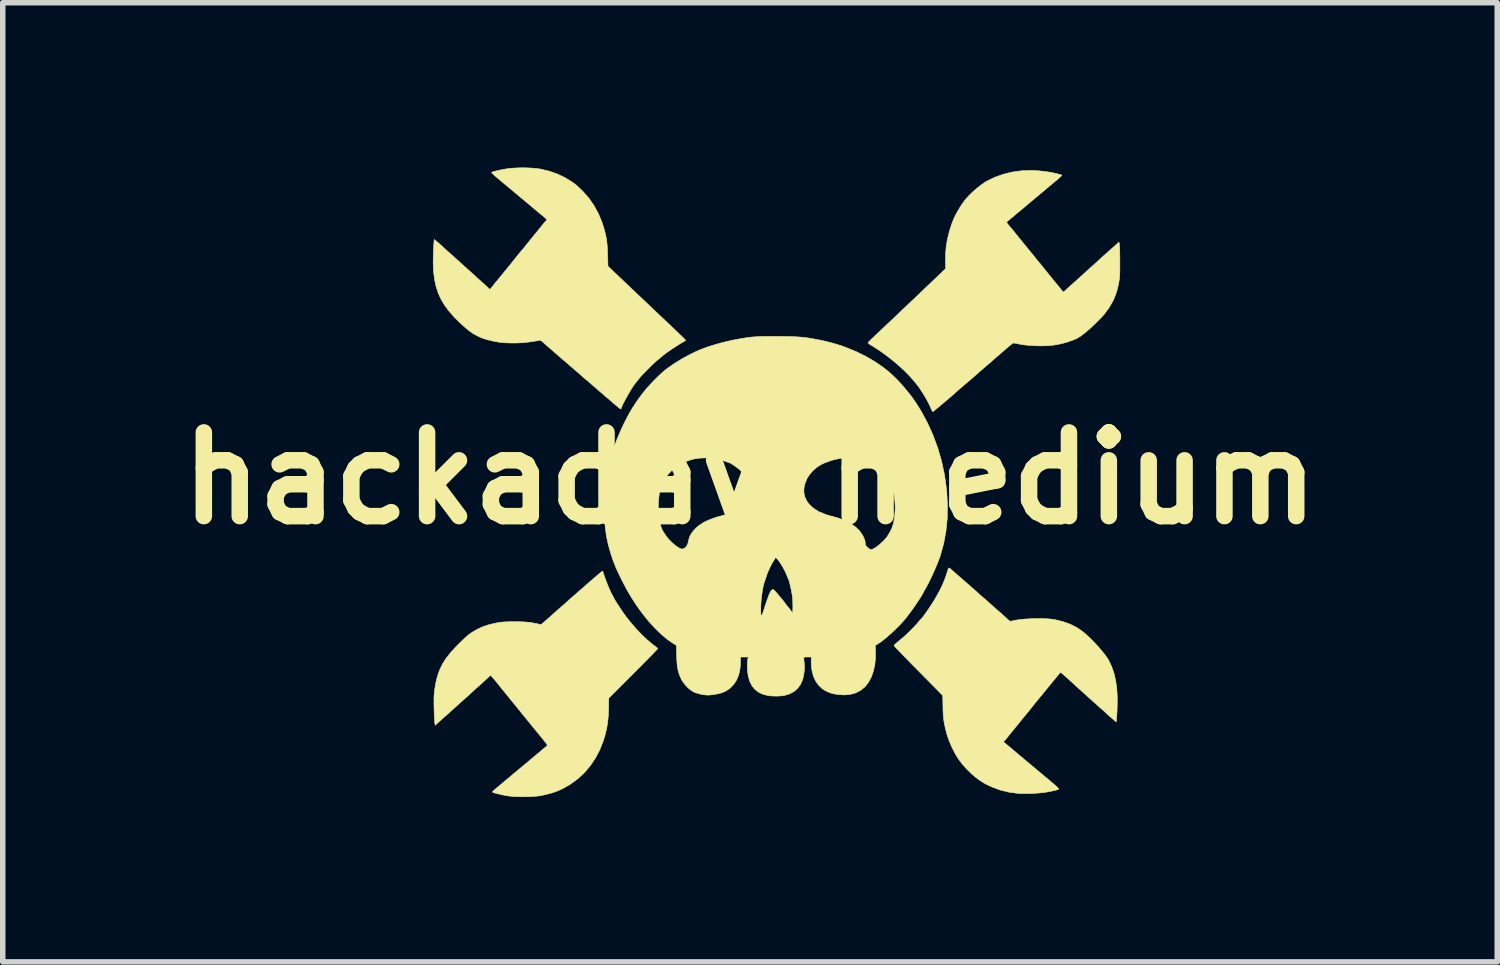
<source format=kicad_pcb>
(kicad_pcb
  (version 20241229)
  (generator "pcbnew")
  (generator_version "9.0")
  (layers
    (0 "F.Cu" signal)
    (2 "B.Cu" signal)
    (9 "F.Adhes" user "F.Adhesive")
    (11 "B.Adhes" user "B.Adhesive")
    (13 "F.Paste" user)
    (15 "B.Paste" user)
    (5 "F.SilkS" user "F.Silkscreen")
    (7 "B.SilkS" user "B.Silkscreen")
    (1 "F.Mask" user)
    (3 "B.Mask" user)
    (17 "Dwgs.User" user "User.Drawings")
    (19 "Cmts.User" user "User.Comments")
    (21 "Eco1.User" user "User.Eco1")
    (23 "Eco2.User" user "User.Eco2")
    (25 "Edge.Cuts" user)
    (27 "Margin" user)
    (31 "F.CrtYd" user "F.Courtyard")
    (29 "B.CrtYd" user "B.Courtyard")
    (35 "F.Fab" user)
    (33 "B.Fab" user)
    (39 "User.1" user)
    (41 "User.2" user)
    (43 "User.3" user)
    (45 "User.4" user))
  (footprint "hackaday_medium"
    (layer "F.Cu")
    (at 10.603 5.656)
    (property "Reference" "hackaday_medium" (at 0 0 0) (layer "F.SilkS") (effects (font (size 1.524 1.524) (thickness 0.3))))
    (attr through_hole)
    (fp_poly (pts (xy -2.683 1.691) (xy -2.679 1.702) (xy -2.671 1.726) (xy -2.659 1.76) (xy -2.653 1.778) (xy -2.633 1.835) (xy -2.609 1.899) (xy -2.583 1.963) (xy -2.557 2.024) (xy -2.533 2.077) (xy -2.512 2.117) (xy -2.509 2.123) (xy -2.494 2.149) (xy -2.484 2.168) (xy -2.481 2.174) (xy -2.476 2.187) (xy -2.462 2.212) (xy -2.44 2.248) (xy -2.412 2.292) (xy -2.381 2.339) (xy -2.348 2.389) (xy -2.316 2.437) (xy -2.285 2.48) (xy -2.259 2.517) (xy -2.256 2.52) (xy -2.163 2.637) (xy -2.065 2.749) (xy -1.966 2.853) (xy -1.867 2.946) (xy -1.772 3.025) (xy -1.74 3.049) (xy -1.711 3.071) (xy -1.69 3.089) (xy -1.681 3.1) (xy -1.681 3.101) (xy -1.687 3.11) (xy -1.707 3.131) (xy -1.738 3.163) (xy -1.779 3.206) (xy -1.829 3.257) (xy -1.888 3.317) (xy -1.953 3.383) (xy -2.025 3.455) (xy -2.1 3.531) (xy -2.126 3.557) (xy -2.572 4.003) (xy -2.574 4.178) (xy -2.579 4.312) (xy -2.59 4.432) (xy -2.608 4.546) (xy -2.634 4.657) (xy -2.669 4.773) (xy -2.672 4.782) (xy -2.735 4.944) (xy -2.815 5.095) (xy -2.908 5.233) (xy -3.015 5.359) (xy -3.136 5.471) (xy -3.268 5.568) (xy -3.413 5.651) (xy -3.512 5.695) (xy -3.571 5.716) (xy -3.643 5.738) (xy -3.721 5.758) (xy -3.8 5.775) (xy -3.815 5.778) (xy -3.863 5.785) (xy -3.926 5.79) (xy -3.999 5.794) (xy -4.076 5.797) (xy -4.154 5.798) (xy -4.226 5.797) (xy -4.289 5.795) (xy -4.298 5.794) (xy -4.348 5.789) (xy -4.398 5.783) (xy -4.44 5.777) (xy -4.45 5.775) (xy -4.535 5.757) (xy -4.601 5.741) (xy -4.649 5.729) (xy -4.678 5.719) (xy -4.689 5.712) (xy -4.689 5.711) (xy -4.682 5.7) (xy -4.663 5.681) (xy -4.636 5.658) (xy -4.629 5.652) (xy -4.596 5.624) (xy -4.564 5.598) (xy -4.54 5.578) (xy -4.539 5.577) (xy -4.524 5.564) (xy -4.497 5.541) (xy -4.46 5.51) (xy -4.414 5.472) (xy -4.363 5.429) (xy -4.309 5.383) (xy -4.253 5.337) (xy -4.199 5.292) (xy -4.149 5.25) (xy -4.105 5.214) (xy -4.075 5.189) (xy -4.049 5.167) (xy -4.029 5.15) (xy -4.021 5.144) (xy -4.01 5.134) (xy -3.987 5.115) (xy -3.954 5.087) (xy -3.914 5.053) (xy -3.868 5.015) (xy -3.864 5.012) (xy -3.817 4.973) (xy -3.775 4.937) (xy -3.739 4.907) (xy -3.713 4.886) (xy -3.7 4.874) (xy -3.699 4.873) (xy -3.694 4.867) (xy -3.692 4.86) (xy -3.695 4.849) (xy -3.705 4.832) (xy -3.723 4.807) (xy -3.751 4.773) (xy -3.789 4.726) (xy -3.8 4.712) (xy -3.838 4.666) (xy -3.873 4.623) (xy -3.902 4.587) (xy -3.924 4.561) (xy -3.935 4.548) (xy -3.935 4.548) (xy -3.947 4.533) (xy -3.968 4.507) (xy -3.997 4.472) (xy -4.03 4.431) (xy -4.049 4.407) (xy -4.089 4.359) (xy -4.129 4.309) (xy -4.166 4.264) (xy -4.196 4.226) (xy -4.204 4.217) (xy -4.255 4.154) (xy -4.316 4.079) (xy -4.384 3.996) (xy -4.455 3.908) (xy -4.528 3.819) (xy -4.587 3.745) (xy -4.619 3.705) (xy -4.651 3.668) (xy -4.677 3.637) (xy -4.694 3.617) (xy -4.723 3.586) (xy -4.763 3.623) (xy -4.782 3.64) (xy -4.813 3.669) (xy -4.852 3.705) (xy -4.898 3.746) (xy -4.946 3.789) (xy -4.953 3.795) (xy -4.999 3.836) (xy -5.039 3.873) (xy -5.072 3.903) (xy -5.096 3.925) (xy -5.108 3.936) (xy -5.109 3.937) (xy -5.118 3.945) (xy -5.138 3.964) (xy -5.168 3.99) (xy -5.204 4.022) (xy -5.217 4.034) (xy -5.264 4.076) (xy -5.315 4.122) (xy -5.364 4.166) (xy -5.402 4.201) (xy -5.447 4.241) (xy -5.498 4.287) (xy -5.548 4.331) (xy -5.573 4.353) (xy -5.611 4.387) (xy -5.647 4.42) (xy -5.678 4.447) (xy -5.695 4.463) (xy -5.729 4.496) (xy -5.737 4.463) (xy -5.74 4.444) (xy -5.742 4.409) (xy -5.745 4.361) (xy -5.748 4.302) (xy -5.75 4.237) (xy -5.751 4.2) (xy -5.753 4.116) (xy -5.753 4.048) (xy -5.753 3.992) (xy -5.75 3.942) (xy -5.746 3.896) (xy -5.741 3.85) (xy -5.741 3.848) (xy -5.718 3.715) (xy -5.688 3.595) (xy -5.648 3.485) (xy -5.597 3.38) (xy -5.533 3.279) (xy -5.454 3.178) (xy -5.36 3.074) (xy -5.32 3.033) (xy -5.263 2.977) (xy -5.217 2.933) (xy -5.18 2.898) (xy -5.149 2.871) (xy -5.122 2.848) (xy -5.096 2.829) (xy -5.068 2.81) (xy -5.053 2.8) (xy -4.96 2.746) (xy -4.864 2.702) (xy -4.759 2.667) (xy -4.642 2.639) (xy -4.549 2.622) (xy -4.496 2.617) (xy -4.429 2.613) (xy -4.353 2.611) (xy -4.271 2.61) (xy -4.19 2.612) (xy -4.113 2.615) (xy -4.046 2.62) (xy -3.992 2.626) (xy -3.986 2.627) (xy -3.923 2.639) (xy -3.876 2.648) (xy -3.845 2.655) (xy -3.825 2.66) (xy -3.82 2.662) (xy -3.803 2.659) (xy -3.782 2.647) (xy -3.781 2.645) (xy -3.762 2.629) (xy -3.734 2.604) (xy -3.701 2.575) (xy -3.683 2.56) (xy -3.644 2.526) (xy -3.605 2.491) (xy -3.571 2.46) (xy -3.561 2.451) (xy -3.531 2.424) (xy -3.493 2.39) (xy -3.453 2.355) (xy -3.434 2.339) (xy -3.401 2.311) (xy -3.374 2.287) (xy -3.356 2.271) (xy -3.351 2.266) (xy -3.342 2.257) (xy -3.321 2.239) (xy -3.292 2.213) (xy -3.257 2.182) (xy -3.253 2.179) (xy -3.21 2.141) (xy -3.164 2.101) (xy -3.123 2.065) (xy -3.097 2.042) (xy -3.067 2.016) (xy -3.027 1.981) (xy -2.981 1.94) (xy -2.932 1.898) (xy -2.906 1.875) (xy -2.837 1.815) (xy -2.782 1.768) (xy -2.74 1.732) (xy -2.71 1.708) (xy -2.692 1.694) (xy -2.684 1.691) (xy -2.683 1.691)) (stroke (width 0.01) (type solid)) (fill yes) (layer "F.SilkS"))
    (fp_poly (pts (xy 3.63 1.636) (xy 3.651 1.652) (xy 3.659 1.658) (xy 3.677 1.675) (xy 3.706 1.7) (xy 3.743 1.732) (xy 3.784 1.768) (xy 3.795 1.778) (xy 3.834 1.811) (xy 3.867 1.84) (xy 3.892 1.861) (xy 3.906 1.874) (xy 3.908 1.875) (xy 3.916 1.883) (xy 3.937 1.902) (xy 3.968 1.928) (xy 4.005 1.961) (xy 4.03 1.983) (xy 4.07 2.018) (xy 4.106 2.05) (xy 4.134 2.075) (xy 4.152 2.091) (xy 4.157 2.095) (xy 4.168 2.106) (xy 4.19 2.126) (xy 4.221 2.152) (xy 4.245 2.173) (xy 4.283 2.206) (xy 4.322 2.24) (xy 4.354 2.269) (xy 4.367 2.28) (xy 4.394 2.305) (xy 4.43 2.337) (xy 4.469 2.372) (xy 4.489 2.389) (xy 4.526 2.421) (xy 4.563 2.453) (xy 4.593 2.48) (xy 4.605 2.491) (xy 4.629 2.513) (xy 4.648 2.53) (xy 4.655 2.535) (xy 4.668 2.547) (xy 4.69 2.567) (xy 4.7 2.577) (xy 4.722 2.596) (xy 4.739 2.603) (xy 4.758 2.601) (xy 4.768 2.598) (xy 4.829 2.584) (xy 4.905 2.573) (xy 4.993 2.564) (xy 5.089 2.558) (xy 5.187 2.554) (xy 5.285 2.553) (xy 5.378 2.556) (xy 5.462 2.562) (xy 5.533 2.571) (xy 5.541 2.572) (xy 5.692 2.608) (xy 5.829 2.657) (xy 5.953 2.72) (xy 6.064 2.797) (xy 6.086 2.816) (xy 6.15 2.873) (xy 6.217 2.938) (xy 6.284 3.007) (xy 6.349 3.078) (xy 6.409 3.148) (xy 6.461 3.214) (xy 6.503 3.273) (xy 6.529 3.315) (xy 6.583 3.428) (xy 6.626 3.552) (xy 6.657 3.688) (xy 6.677 3.837) (xy 6.686 4) (xy 6.683 4.178) (xy 6.681 4.235) (xy 6.677 4.294) (xy 6.674 4.347) (xy 6.671 4.39) (xy 6.668 4.42) (xy 6.667 4.434) (xy 6.666 4.434) (xy 6.659 4.429) (xy 6.64 4.414) (xy 6.613 4.391) (xy 6.582 4.364) (xy 6.55 4.336) (xy 6.519 4.309) (xy 6.494 4.286) (xy 6.478 4.27) (xy 6.477 4.269) (xy 6.468 4.261) (xy 6.448 4.242) (xy 6.417 4.215) (xy 6.379 4.182) (xy 6.34 4.147) (xy 6.298 4.109) (xy 6.26 4.076) (xy 6.23 4.049) (xy 6.211 4.031) (xy 6.203 4.025) (xy 6.195 4.017) (xy 6.174 3.998) (xy 6.143 3.97) (xy 6.105 3.935) (xy 6.06 3.895) (xy 6.047 3.883) (xy 5.998 3.839) (xy 5.95 3.796) (xy 5.907 3.757) (xy 5.873 3.725) (xy 5.849 3.704) (xy 5.847 3.702) (xy 5.786 3.646) (xy 5.735 3.601) (xy 5.696 3.567) (xy 5.668 3.544) (xy 5.652 3.534) (xy 5.65 3.534) (xy 5.643 3.541) (xy 5.625 3.562) (xy 5.599 3.593) (xy 5.566 3.633) (xy 5.529 3.678) (xy 5.523 3.685) (xy 5.485 3.732) (xy 5.449 3.776) (xy 5.419 3.812) (xy 5.397 3.839) (xy 5.385 3.854) (xy 5.385 3.854) (xy 5.37 3.873) (xy 5.348 3.899) (xy 5.329 3.923) (xy 5.309 3.949) (xy 5.292 3.968) (xy 5.285 3.976) (xy 5.277 3.985) (xy 5.26 4.007) (xy 5.235 4.037) (xy 5.206 4.072) (xy 5.176 4.11) (xy 5.146 4.147) (xy 5.12 4.18) (xy 5.1 4.205) (xy 5.097 4.209) (xy 5.074 4.238) (xy 5.053 4.264) (xy 5.048 4.269) (xy 5.034 4.286) (xy 5.01 4.315) (xy 4.981 4.35) (xy 4.952 4.386) (xy 4.916 4.43) (xy 4.879 4.477) (xy 4.845 4.518) (xy 4.825 4.543) (xy 4.794 4.581) (xy 4.757 4.626) (xy 4.722 4.67) (xy 4.714 4.679) (xy 4.686 4.714) (xy 4.66 4.745) (xy 4.64 4.769) (xy 4.634 4.776) (xy 4.613 4.799) (xy 4.732 4.898) (xy 4.773 4.932) (xy 4.81 4.963) (xy 4.838 4.987) (xy 4.857 5.003) (xy 4.861 5.007) (xy 4.874 5.018) (xy 4.897 5.037) (xy 4.919 5.056) (xy 4.946 5.077) (xy 4.982 5.108) (xy 5.024 5.143) (xy 5.065 5.178) (xy 5.107 5.213) (xy 5.149 5.248) (xy 5.185 5.278) (xy 5.211 5.3) (xy 5.238 5.322) (xy 5.26 5.34) (xy 5.27 5.349) (xy 5.28 5.358) (xy 5.303 5.377) (xy 5.337 5.405) (xy 5.378 5.44) (xy 5.426 5.48) (xy 5.455 5.504) (xy 5.519 5.558) (xy 5.567 5.6) (xy 5.6 5.632) (xy 5.617 5.651) (xy 5.619 5.659) (xy 5.602 5.667) (xy 5.566 5.678) (xy 5.511 5.691) (xy 5.437 5.705) (xy 5.388 5.714) (xy 5.319 5.724) (xy 5.236 5.731) (xy 5.145 5.737) (xy 5.053 5.739) (xy 4.964 5.739) (xy 4.884 5.736) (xy 4.87 5.735) (xy 4.707 5.713) (xy 4.55 5.674) (xy 4.397 5.616) (xy 4.327 5.583) (xy 4.292 5.566) (xy 4.265 5.551) (xy 4.239 5.535) (xy 4.206 5.514) (xy 4.188 5.503) (xy 4.105 5.442) (xy 4.02 5.368) (xy 3.937 5.286) (xy 3.86 5.198) (xy 3.794 5.11) (xy 3.744 5.031) (xy 3.678 4.903) (xy 3.626 4.783) (xy 3.585 4.665) (xy 3.557 4.557) (xy 3.542 4.488) (xy 3.531 4.43) (xy 3.524 4.377) (xy 3.518 4.323) (xy 3.515 4.263) (xy 3.512 4.192) (xy 3.512 4.153) (xy 3.508 3.954) (xy 3.066 3.506) (xy 2.989 3.429) (xy 2.916 3.355) (xy 2.849 3.286) (xy 2.788 3.223) (xy 2.735 3.168) (xy 2.691 3.122) (xy 2.656 3.086) (xy 2.633 3.06) (xy 2.622 3.047) (xy 2.621 3.046) (xy 2.628 3.035) (xy 2.647 3.016) (xy 2.675 2.99) (xy 2.709 2.963) (xy 2.796 2.89) (xy 2.886 2.807) (xy 2.972 2.721) (xy 3.043 2.643) (xy 3.071 2.61) (xy 3.095 2.583) (xy 3.111 2.565) (xy 3.116 2.56) (xy 3.132 2.543) (xy 3.155 2.513) (xy 3.185 2.472) (xy 3.22 2.423) (xy 3.257 2.369) (xy 3.294 2.313) (xy 3.33 2.257) (xy 3.362 2.206) (xy 3.382 2.171) (xy 3.433 2.08) (xy 3.476 1.997) (xy 3.513 1.916) (xy 3.547 1.833) (xy 3.579 1.741) (xy 3.61 1.644) (xy 3.617 1.633) (xy 3.63 1.636)) (stroke (width 0.01) (type solid)) (fill yes) (layer "F.SilkS"))
    (fp_poly (pts (xy 5.241 -5.598) (xy 5.364 -5.585) (xy 5.474 -5.569) (xy 5.575 -5.547) (xy 5.593 -5.542) (xy 5.633 -5.532) (xy 5.658 -5.525) (xy 5.671 -5.52) (xy 5.675 -5.516) (xy 5.675 -5.512) (xy 5.674 -5.511) (xy 5.666 -5.502) (xy 5.645 -5.483) (xy 5.614 -5.455) (xy 5.575 -5.422) (xy 5.534 -5.388) (xy 5.489 -5.35) (xy 5.447 -5.315) (xy 5.411 -5.285) (xy 5.385 -5.263) (xy 5.373 -5.253) (xy 5.359 -5.24) (xy 5.332 -5.218) (xy 5.295 -5.187) (xy 5.25 -5.15) (xy 5.2 -5.108) (xy 5.173 -5.085) (xy 5.123 -5.044) (xy 5.078 -5.006) (xy 5.04 -4.975) (xy 5.012 -4.951) (xy 4.996 -4.937) (xy 4.992 -4.934) (xy 4.983 -4.925) (xy 4.962 -4.908) (xy 4.933 -4.884) (xy 4.91 -4.865) (xy 4.875 -4.837) (xy 4.845 -4.812) (xy 4.824 -4.793) (xy 4.816 -4.787) (xy 4.802 -4.774) (xy 4.777 -4.753) (xy 4.746 -4.728) (xy 4.735 -4.719) (xy 4.706 -4.695) (xy 4.683 -4.675) (xy 4.671 -4.663) (xy 4.67 -4.662) (xy 4.675 -4.651) (xy 4.689 -4.632) (xy 4.706 -4.609) (xy 4.723 -4.588) (xy 4.733 -4.577) (xy 4.744 -4.565) (xy 4.763 -4.542) (xy 4.788 -4.512) (xy 4.802 -4.494) (xy 4.828 -4.462) (xy 4.849 -4.436) (xy 4.862 -4.419) (xy 4.865 -4.416) (xy 4.874 -4.406) (xy 4.89 -4.386) (xy 4.909 -4.362) (xy 4.932 -4.334) (xy 4.964 -4.294) (xy 5.002 -4.247) (xy 5.044 -4.196) (xy 5.084 -4.147) (xy 5.108 -4.118) (xy 5.123 -4.1) (xy 5.144 -4.073) (xy 5.163 -4.05) (xy 5.187 -4.021) (xy 5.207 -3.995) (xy 5.218 -3.981) (xy 5.275 -3.913) (xy 5.322 -3.855) (xy 5.362 -3.806) (xy 5.399 -3.76) (xy 5.436 -3.714) (xy 5.476 -3.664) (xy 5.485 -3.654) (xy 5.52 -3.61) (xy 5.551 -3.572) (xy 5.575 -3.542) (xy 5.592 -3.523) (xy 5.597 -3.517) (xy 5.606 -3.507) (xy 5.623 -3.486) (xy 5.645 -3.458) (xy 5.65 -3.451) (xy 5.673 -3.422) (xy 5.691 -3.401) (xy 5.702 -3.391) (xy 5.703 -3.39) (xy 5.713 -3.397) (xy 5.733 -3.413) (xy 5.76 -3.437) (xy 5.774 -3.45) (xy 5.81 -3.483) (xy 5.854 -3.523) (xy 5.898 -3.563) (xy 5.915 -3.578) (xy 5.954 -3.612) (xy 5.994 -3.648) (xy 6.029 -3.68) (xy 6.042 -3.692) (xy 6.065 -3.713) (xy 6.099 -3.744) (xy 6.141 -3.782) (xy 6.188 -3.824) (xy 6.237 -3.869) (xy 6.243 -3.873) (xy 6.288 -3.914) (xy 6.329 -3.951) (xy 6.362 -3.981) (xy 6.386 -4.003) (xy 6.398 -4.014) (xy 6.399 -4.015) (xy 6.407 -4.023) (xy 6.428 -4.042) (xy 6.459 -4.069) (xy 6.497 -4.103) (xy 6.536 -4.137) (xy 6.58 -4.177) (xy 6.621 -4.213) (xy 6.655 -4.244) (xy 6.68 -4.266) (xy 6.692 -4.277) (xy 6.716 -4.299) (xy 6.724 -4.252) (xy 6.726 -4.23) (xy 6.728 -4.192) (xy 6.73 -4.14) (xy 6.731 -4.078) (xy 6.732 -4.008) (xy 6.732 -3.937) (xy 6.732 -3.853) (xy 6.732 -3.786) (xy 6.731 -3.731) (xy 6.729 -3.687) (xy 6.726 -3.649) (xy 6.721 -3.615) (xy 6.716 -3.581) (xy 6.712 -3.562) (xy 6.698 -3.492) (xy 6.684 -3.435) (xy 6.668 -3.381) (xy 6.648 -3.325) (xy 6.627 -3.273) (xy 6.616 -3.248) (xy 6.599 -3.215) (xy 6.578 -3.178) (xy 6.557 -3.141) (xy 6.538 -3.109) (xy 6.523 -3.086) (xy 6.516 -3.077) (xy 6.507 -3.067) (xy 6.492 -3.047) (xy 6.486 -3.038) (xy 6.47 -3.015) (xy 6.454 -2.994) (xy 6.436 -2.973) (xy 6.414 -2.948) (xy 6.385 -2.918) (xy 6.347 -2.88) (xy 6.298 -2.831) (xy 6.287 -2.819) (xy 6.191 -2.728) (xy 6.103 -2.652) (xy 6.024 -2.592) (xy 5.955 -2.548) (xy 5.894 -2.521) (xy 5.885 -2.518) (xy 5.866 -2.511) (xy 5.836 -2.501) (xy 5.813 -2.492) (xy 5.747 -2.471) (xy 5.669 -2.45) (xy 5.584 -2.433) (xy 5.515 -2.422) (xy 5.428 -2.413) (xy 5.33 -2.41) (xy 5.224 -2.411) (xy 5.118 -2.416) (xy 5.016 -2.425) (xy 4.925 -2.438) (xy 4.878 -2.448) (xy 4.843 -2.455) (xy 4.814 -2.46) (xy 4.8 -2.462) (xy 4.789 -2.459) (xy 4.772 -2.449) (xy 4.748 -2.431) (xy 4.714 -2.404) (xy 4.67 -2.366) (xy 4.613 -2.316) (xy 4.606 -2.311) (xy 4.573 -2.281) (xy 4.531 -2.245) (xy 4.487 -2.208) (xy 4.465 -2.188) (xy 4.431 -2.159) (xy 4.403 -2.134) (xy 4.384 -2.117) (xy 4.377 -2.111) (xy 4.368 -2.103) (xy 4.347 -2.085) (xy 4.317 -2.059) (xy 4.28 -2.028) (xy 4.269 -2.018) (xy 4.231 -1.986) (xy 4.198 -1.957) (xy 4.172 -1.935) (xy 4.158 -1.922) (xy 4.157 -1.92) (xy 4.147 -1.911) (xy 4.124 -1.892) (xy 4.091 -1.863) (xy 4.049 -1.826) (xy 4 -1.784) (xy 3.947 -1.739) (xy 3.893 -1.693) (xy 3.844 -1.651) (xy 3.802 -1.615) (xy 3.769 -1.586) (xy 3.746 -1.566) (xy 3.737 -1.557) (xy 3.725 -1.547) (xy 3.702 -1.526) (xy 3.669 -1.497) (xy 3.629 -1.463) (xy 3.584 -1.424) (xy 3.536 -1.384) (xy 3.488 -1.344) (xy 3.442 -1.305) (xy 3.401 -1.271) (xy 3.367 -1.243) (xy 3.342 -1.223) (xy 3.328 -1.212) (xy 3.327 -1.211) (xy 3.32 -1.22) (xy 3.308 -1.241) (xy 3.296 -1.268) (xy 3.268 -1.33) (xy 3.243 -1.381) (xy 3.217 -1.43) (xy 3.186 -1.484) (xy 3.179 -1.495) (xy 3.151 -1.541) (xy 3.123 -1.585) (xy 3.097 -1.625) (xy 3.076 -1.656) (xy 3.062 -1.676) (xy 3.058 -1.68) (xy 3.05 -1.69) (xy 3.033 -1.711) (xy 3.01 -1.74) (xy 2.995 -1.758) (xy 2.916 -1.85) (xy 2.823 -1.946) (xy 2.717 -2.044) (xy 2.603 -2.141) (xy 2.484 -2.234) (xy 2.363 -2.321) (xy 2.243 -2.399) (xy 2.196 -2.427) (xy 2.17 -2.444) (xy 2.153 -2.458) (xy 2.149 -2.464) (xy 2.156 -2.476) (xy 2.173 -2.496) (xy 2.196 -2.519) (xy 2.214 -2.537) (xy 2.243 -2.564) (xy 2.28 -2.599) (xy 2.323 -2.639) (xy 2.369 -2.683) (xy 2.416 -2.727) (xy 2.461 -2.77) (xy 2.502 -2.809) (xy 2.537 -2.841) (xy 2.562 -2.865) (xy 2.575 -2.877) (xy 2.585 -2.886) (xy 2.607 -2.907) (xy 2.639 -2.937) (xy 2.679 -2.976) (xy 2.725 -3.02) (xy 2.77 -3.063) (xy 2.827 -3.116) (xy 2.885 -3.172) (xy 2.941 -3.225) (xy 2.992 -3.273) (xy 3.034 -3.313) (xy 3.053 -3.331) (xy 3.12 -3.395) (xy 3.189 -3.461) (xy 3.266 -3.534) (xy 3.345 -3.61) (xy 3.369 -3.632) (xy 3.402 -3.664) (xy 3.44 -3.7) (xy 3.473 -3.732) (xy 3.56 -3.815) (xy 3.557 -3.932) (xy 3.559 -4.079) (xy 3.571 -4.22) (xy 3.595 -4.359) (xy 3.631 -4.503) (xy 3.679 -4.65) (xy 3.709 -4.724) (xy 3.749 -4.806) (xy 3.797 -4.891) (xy 3.848 -4.973) (xy 3.9 -5.047) (xy 3.929 -5.084) (xy 3.985 -5.146) (xy 4.051 -5.21) (xy 4.123 -5.273) (xy 4.196 -5.331) (xy 4.265 -5.381) (xy 4.311 -5.409) (xy 4.455 -5.479) (xy 4.61 -5.534) (xy 4.772 -5.574) (xy 4.94 -5.597) (xy 5.111 -5.604) (xy 5.241 -5.598)) (stroke (width 0.01) (type solid)) (fill yes) (layer "F.SilkS"))
    (fp_poly (pts (xy -3.99 -5.647) (xy -3.9 -5.64) (xy -3.823 -5.63) (xy -3.811 -5.628) (xy -3.654 -5.59) (xy -3.509 -5.539) (xy -3.375 -5.476) (xy -3.278 -5.418) (xy -3.235 -5.39) (xy -3.2 -5.365) (xy -3.169 -5.341) (xy -3.138 -5.314) (xy -3.103 -5.281) (xy -3.06 -5.239) (xy -3.037 -5.216) (xy -2.932 -5.097) (xy -2.84 -4.963) (xy -2.76 -4.817) (xy -2.695 -4.661) (xy -2.674 -4.596) (xy -2.649 -4.513) (xy -2.63 -4.437) (xy -2.615 -4.365) (xy -2.605 -4.291) (xy -2.598 -4.209) (xy -2.593 -4.116) (xy -2.592 -4.062) (xy -2.586 -3.86) (xy -2.512 -3.789) (xy -2.471 -3.75) (xy -2.424 -3.706) (xy -2.377 -3.661) (xy -2.354 -3.64) (xy -2.314 -3.602) (xy -2.266 -3.556) (xy -2.216 -3.508) (xy -2.17 -3.464) (xy -2.169 -3.463) (xy -2.138 -3.433) (xy -2.095 -3.393) (xy -2.043 -3.343) (xy -1.983 -3.287) (xy -1.919 -3.226) (xy -1.852 -3.163) (xy -1.788 -3.102) (xy -1.722 -3.039) (xy -1.657 -2.978) (xy -1.595 -2.919) (xy -1.538 -2.865) (xy -1.489 -2.819) (xy -1.449 -2.781) (xy -1.422 -2.755) (xy -1.421 -2.754) (xy -1.377 -2.712) (xy -1.327 -2.665) (xy -1.28 -2.619) (xy -1.253 -2.594) (xy -1.221 -2.563) (xy -1.195 -2.537) (xy -1.178 -2.519) (xy -1.172 -2.512) (xy -1.18 -2.504) (xy -1.201 -2.491) (xy -1.224 -2.478) (xy -1.261 -2.456) (xy -1.307 -2.427) (xy -1.358 -2.395) (xy -1.411 -2.36) (xy -1.463 -2.325) (xy -1.51 -2.292) (xy -1.55 -2.263) (xy -1.579 -2.24) (xy -1.592 -2.228) (xy -1.602 -2.22) (xy -1.623 -2.202) (xy -1.651 -2.179) (xy -1.667 -2.167) (xy -1.707 -2.133) (xy -1.756 -2.089) (xy -1.809 -2.038) (xy -1.864 -1.983) (xy -1.917 -1.929) (xy -1.965 -1.879) (xy -2.004 -1.835) (xy -2.028 -1.806) (xy -2.052 -1.775) (xy -2.072 -1.749) (xy -2.086 -1.733) (xy -2.087 -1.731) (xy -2.105 -1.709) (xy -2.129 -1.674) (xy -2.157 -1.63) (xy -2.188 -1.578) (xy -2.221 -1.522) (xy -2.252 -1.466) (xy -2.282 -1.411) (xy -2.308 -1.362) (xy -2.328 -1.32) (xy -2.341 -1.289) (xy -2.345 -1.273) (xy -2.349 -1.262) (xy -2.362 -1.265) (xy -2.384 -1.281) (xy -2.405 -1.299) (xy -2.434 -1.323) (xy -2.451 -1.337) (xy -2.478 -1.36) (xy -2.501 -1.379) (xy -2.51 -1.388) (xy -2.525 -1.401) (xy -2.55 -1.423) (xy -2.58 -1.448) (xy -2.584 -1.451) (xy -2.612 -1.475) (xy -2.635 -1.493) (xy -2.647 -1.504) (xy -2.647 -1.505) (xy -2.656 -1.513) (xy -2.677 -1.531) (xy -2.707 -1.557) (xy -2.744 -1.588) (xy -2.76 -1.602) (xy -2.798 -1.635) (xy -2.831 -1.664) (xy -2.856 -1.686) (xy -2.87 -1.698) (xy -2.872 -1.7) (xy -2.881 -1.708) (xy -2.902 -1.726) (xy -2.932 -1.752) (xy -2.968 -1.783) (xy -2.98 -1.792) (xy -3.019 -1.825) (xy -3.053 -1.855) (xy -3.08 -1.879) (xy -3.096 -1.893) (xy -3.098 -1.895) (xy -3.113 -1.909) (xy -3.138 -1.93) (xy -3.166 -1.954) (xy -3.203 -1.985) (xy -3.243 -2.02) (xy -3.268 -2.041) (xy -3.297 -2.067) (xy -3.324 -2.091) (xy -3.34 -2.105) (xy -3.375 -2.134) (xy -3.412 -2.166) (xy -3.447 -2.196) (xy -3.479 -2.223) (xy -3.502 -2.244) (xy -3.516 -2.255) (xy -3.517 -2.257) (xy -3.526 -2.265) (xy -3.547 -2.283) (xy -3.577 -2.309) (xy -3.613 -2.341) (xy -3.629 -2.354) (xy -3.671 -2.391) (xy -3.712 -2.426) (xy -3.746 -2.457) (xy -3.771 -2.479) (xy -3.775 -2.482) (xy -3.799 -2.503) (xy -3.816 -2.512) (xy -3.834 -2.512) (xy -3.843 -2.51) (xy -3.864 -2.505) (xy -3.899 -2.499) (xy -3.945 -2.492) (xy -3.996 -2.484) (xy -4.009 -2.482) (xy -4.117 -2.469) (xy -4.233 -2.463) (xy -4.35 -2.462) (xy -4.462 -2.466) (xy -4.563 -2.476) (xy -4.592 -2.481) (xy -4.696 -2.501) (xy -4.79 -2.524) (xy -4.876 -2.552) (xy -4.955 -2.587) (xy -5.032 -2.629) (xy -5.108 -2.681) (xy -5.186 -2.745) (xy -5.269 -2.82) (xy -5.36 -2.91) (xy -5.39 -2.941) (xy -5.481 -3.044) (xy -5.559 -3.148) (xy -5.623 -3.256) (xy -5.675 -3.37) (xy -5.715 -3.491) (xy -5.743 -3.622) (xy -5.761 -3.763) (xy -5.768 -3.918) (xy -5.765 -4.087) (xy -5.762 -4.146) (xy -5.759 -4.206) (xy -5.756 -4.259) (xy -5.753 -4.302) (xy -5.75 -4.332) (xy -5.748 -4.346) (xy -5.748 -4.346) (xy -5.741 -4.341) (xy -5.722 -4.326) (xy -5.695 -4.303) (xy -5.664 -4.277) (xy -5.632 -4.248) (xy -5.602 -4.221) (xy -5.577 -4.198) (xy -5.561 -4.183) (xy -5.559 -4.181) (xy -5.55 -4.172) (xy -5.529 -4.154) (xy -5.5 -4.128) (xy -5.465 -4.097) (xy -5.461 -4.093) (xy -5.385 -4.026) (xy -5.324 -3.971) (xy -5.281 -3.932) (xy -5.271 -3.923) (xy -5.249 -3.902) (xy -5.216 -3.873) (xy -5.177 -3.838) (xy -5.132 -3.798) (xy -5.124 -3.79) (xy -5.079 -3.75) (xy -5.038 -3.713) (xy -5.005 -3.683) (xy -4.981 -3.661) (xy -4.968 -3.649) (xy -4.968 -3.648) (xy -4.957 -3.638) (xy -4.935 -3.618) (xy -4.904 -3.591) (xy -4.87 -3.56) (xy -4.833 -3.528) (xy -4.8 -3.498) (xy -4.774 -3.474) (xy -4.761 -3.461) (xy -4.744 -3.445) (xy -4.735 -3.439) (xy -4.734 -3.439) (xy -4.727 -3.446) (xy -4.71 -3.465) (xy -4.688 -3.492) (xy -4.678 -3.505) (xy -4.654 -3.535) (xy -4.635 -3.559) (xy -4.623 -3.574) (xy -4.621 -3.576) (xy -4.613 -3.585) (xy -4.596 -3.606) (xy -4.577 -3.629) (xy -4.556 -3.655) (xy -4.54 -3.675) (xy -4.533 -3.683) (xy -4.525 -3.693) (xy -4.506 -3.715) (xy -4.479 -3.749) (xy -4.445 -3.791) (xy -4.405 -3.839) (xy -4.363 -3.891) (xy -4.319 -3.946) (xy -4.276 -4) (xy -4.235 -4.051) (xy -4.232 -4.054) (xy -4.203 -4.091) (xy -4.177 -4.123) (xy -4.158 -4.146) (xy -4.148 -4.157) (xy -4.139 -4.167) (xy -4.119 -4.19) (xy -4.092 -4.224) (xy -4.059 -4.265) (xy -4.022 -4.311) (xy -4.02 -4.313) (xy -3.983 -4.359) (xy -3.951 -4.399) (xy -3.924 -4.432) (xy -3.905 -4.455) (xy -3.897 -4.464) (xy -3.897 -4.465) (xy -3.889 -4.474) (xy -3.871 -4.495) (xy -3.847 -4.525) (xy -3.829 -4.548) (xy -3.798 -4.587) (xy -3.767 -4.625) (xy -3.74 -4.657) (xy -3.731 -4.668) (xy -3.694 -4.71) (xy -3.823 -4.818) (xy -3.869 -4.856) (xy -3.914 -4.894) (xy -3.953 -4.926) (xy -3.983 -4.952) (xy -3.996 -4.962) (xy -4.02 -4.983) (xy -4.054 -5.012) (xy -4.096 -5.046) (xy -4.139 -5.083) (xy -4.147 -5.089) (xy -4.19 -5.125) (xy -4.232 -5.16) (xy -4.268 -5.19) (xy -4.294 -5.212) (xy -4.297 -5.215) (xy -4.327 -5.24) (xy -4.357 -5.265) (xy -4.369 -5.275) (xy -4.451 -5.343) (xy -4.519 -5.4) (xy -4.574 -5.446) (xy -4.618 -5.483) (xy -4.651 -5.512) (xy -4.675 -5.533) (xy -4.691 -5.549) (xy -4.7 -5.559) (xy -4.703 -5.566) (xy -4.702 -5.569) (xy -4.686 -5.576) (xy -4.655 -5.586) (xy -4.609 -5.597) (xy -4.553 -5.61) (xy -4.488 -5.623) (xy -4.455 -5.629) (xy -4.377 -5.64) (xy -4.287 -5.647) (xy -4.188 -5.651) (xy -4.088 -5.651) (xy -3.99 -5.647)) (stroke (width 0.01) (type solid)) (fill yes) (layer "F.SilkS"))
    (fp_poly (pts (xy 0.596 -2.582) (xy 0.703 -2.58) (xy 0.796 -2.577) (xy 0.881 -2.573) (xy 0.96 -2.566) (xy 1.037 -2.557) (xy 1.114 -2.545) (xy 1.197 -2.53) (xy 1.288 -2.512) (xy 1.324 -2.505) (xy 1.387 -2.49) (xy 1.458 -2.472) (xy 1.532 -2.452) (xy 1.602 -2.431) (xy 1.663 -2.412) (xy 1.702 -2.398) (xy 1.738 -2.384) (xy 1.774 -2.371) (xy 1.776 -2.37) (xy 1.946 -2.299) (xy 2.113 -2.216) (xy 2.272 -2.123) (xy 2.416 -2.024) (xy 2.418 -2.023) (xy 2.503 -1.956) (xy 2.583 -1.887) (xy 2.66 -1.813) (xy 2.737 -1.732) (xy 2.817 -1.64) (xy 2.902 -1.536) (xy 2.934 -1.495) (xy 2.97 -1.446) (xy 3.012 -1.384) (xy 3.058 -1.313) (xy 3.105 -1.237) (xy 3.109 -1.231) (xy 3.226 -1.016) (xy 3.329 -0.79) (xy 3.416 -0.554) (xy 3.486 -0.312) (xy 3.54 -0.064) (xy 3.575 0.187) (xy 3.581 0.244) (xy 3.594 0.49) (xy 3.59 0.728) (xy 3.567 0.959) (xy 3.526 1.182) (xy 3.467 1.398) (xy 3.461 1.417) (xy 3.437 1.483) (xy 3.407 1.56) (xy 3.371 1.645) (xy 3.332 1.733) (xy 3.292 1.819) (xy 3.252 1.9) (xy 3.215 1.971) (xy 3.183 2.027) (xy 3.169 2.051) (xy 3.159 2.07) (xy 3.159 2.071) (xy 3.139 2.108) (xy 3.11 2.158) (xy 3.072 2.216) (xy 3.03 2.28) (xy 2.984 2.347) (xy 2.936 2.414) (xy 2.89 2.476) (xy 2.847 2.532) (xy 2.81 2.578) (xy 2.805 2.584) (xy 2.747 2.648) (xy 2.683 2.713) (xy 2.616 2.779) (xy 2.547 2.842) (xy 2.481 2.9) (xy 2.419 2.95) (xy 2.364 2.991) (xy 2.319 3.02) (xy 2.314 3.023) (xy 2.279 3.041) (xy 2.284 3.14) (xy 2.284 3.271) (xy 2.271 3.395) (xy 2.246 3.51) (xy 2.209 3.615) (xy 2.161 3.707) (xy 2.103 3.784) (xy 2.084 3.804) (xy 2.009 3.863) (xy 1.924 3.907) (xy 1.829 3.933) (xy 1.724 3.944) (xy 1.623 3.939) (xy 1.54 3.927) (xy 1.47 3.91) (xy 1.409 3.886) (xy 1.351 3.854) (xy 1.318 3.832) (xy 1.253 3.772) (xy 1.199 3.699) (xy 1.158 3.612) (xy 1.13 3.514) (xy 1.115 3.407) (xy 1.114 3.353) (xy 1.114 3.253) (xy 1.045 3.253) (xy 1.014 3.253) (xy 0.993 3.255) (xy 0.982 3.262) (xy 0.978 3.278) (xy 0.98 3.306) (xy 0.986 3.35) (xy 0.987 3.361) (xy 0.991 3.436) (xy 0.986 3.519) (xy 0.973 3.603) (xy 0.955 3.672) (xy 0.918 3.755) (xy 0.866 3.825) (xy 0.801 3.881) (xy 0.723 3.924) (xy 0.632 3.952) (xy 0.606 3.957) (xy 0.56 3.962) (xy 0.502 3.965) (xy 0.44 3.964) (xy 0.38 3.962) (xy 0.33 3.957) (xy 0.327 3.956) (xy 0.236 3.933) (xy 0.156 3.895) (xy 0.089 3.843) (xy 0.035 3.776) (xy -0.006 3.695) (xy -0.033 3.6) (xy -0.047 3.493) (xy -0.049 3.429) (xy -0.048 3.382) (xy -0.046 3.338) (xy -0.042 3.303) (xy -0.04 3.29) (xy -0.031 3.253) (xy -0.173 3.253) (xy -0.174 3.353) (xy -0.182 3.469) (xy -0.205 3.574) (xy -0.242 3.667) (xy -0.293 3.748) (xy -0.357 3.816) (xy -0.434 3.87) (xy -0.508 3.903) (xy -0.549 3.915) (xy -0.603 3.927) (xy -0.661 3.937) (xy -0.717 3.944) (xy -0.763 3.947) (xy -0.767 3.947) (xy -0.826 3.943) (xy -0.892 3.932) (xy -0.957 3.915) (xy -1.013 3.896) (xy -1.024 3.891) (xy -1.08 3.856) (xy -1.137 3.807) (xy -1.189 3.75) (xy -1.233 3.689) (xy -1.252 3.654) (xy -1.279 3.594) (xy -1.299 3.537) (xy -1.314 3.478) (xy -1.325 3.414) (xy -1.331 3.34) (xy -1.335 3.252) (xy -1.336 3.229) (xy -1.34 3.043) (xy -1.395 3.009) (xy -1.506 2.932) (xy -1.619 2.837) (xy -1.732 2.727) (xy -1.845 2.603) (xy -1.955 2.466) (xy -2.024 2.372) (xy 0.195 2.372) (xy 0.196 2.433) (xy 0.198 2.475) (xy 0.203 2.498) (xy 0.209 2.502) (xy 0.219 2.487) (xy 0.233 2.453) (xy 0.25 2.4) (xy 0.253 2.391) (xy 0.282 2.302) (xy 0.307 2.229) (xy 0.327 2.171) (xy 0.344 2.125) (xy 0.359 2.091) (xy 0.372 2.066) (xy 0.385 2.047) (xy 0.392 2.038) (xy 0.405 2.027) (xy 0.418 2.025) (xy 0.433 2.033) (xy 0.454 2.052) (xy 0.483 2.085) (xy 0.497 2.101) (xy 0.525 2.135) (xy 0.553 2.168) (xy 0.574 2.192) (xy 0.576 2.195) (xy 0.599 2.222) (xy 0.624 2.255) (xy 0.633 2.268) (xy 0.655 2.298) (xy 0.677 2.326) (xy 0.685 2.336) (xy 0.704 2.358) (xy 0.727 2.388) (xy 0.742 2.409) (xy 0.777 2.457) (xy 0.78 2.34) (xy 0.778 2.242) (xy 0.771 2.15) (xy 0.767 2.125) (xy 0.758 2.072) (xy 0.747 2.017) (xy 0.735 1.962) (xy 0.723 1.914) (xy 0.713 1.875) (xy 0.705 1.85) (xy 0.703 1.847) (xy 0.695 1.829) (xy 0.684 1.801) (xy 0.679 1.788) (xy 0.658 1.737) (xy 0.632 1.683) (xy 0.603 1.628) (xy 0.572 1.576) (xy 0.542 1.529) (xy 0.514 1.49) (xy 0.49 1.462) (xy 0.472 1.447) (xy 0.467 1.446) (xy 0.457 1.454) (xy 0.452 1.463) (xy 0.443 1.481) (xy 0.427 1.507) (xy 0.419 1.519) (xy 0.401 1.548) (xy 0.381 1.587) (xy 0.361 1.627) (xy 0.341 1.67) (xy 0.327 1.702) (xy 0.317 1.726) (xy 0.309 1.749) (xy 0.3 1.775) (xy 0.294 1.794) (xy 0.282 1.83) (xy 0.271 1.861) (xy 0.265 1.877) (xy 0.25 1.925) (xy 0.235 1.989) (xy 0.222 2.063) (xy 0.211 2.143) (xy 0.202 2.226) (xy 0.197 2.307) (xy 0.195 2.372) (xy -2.024 2.372) (xy -2.062 2.319) (xy -2.163 2.163) (xy -2.218 2.071) (xy -2.246 2.02) (xy -2.277 1.962) (xy -2.31 1.899) (xy -2.342 1.836) (xy -2.373 1.773) (xy -2.401 1.714) (xy -2.426 1.662) (xy -2.445 1.618) (xy -2.457 1.587) (xy -2.462 1.57) (xy -2.462 1.57) (xy -2.468 1.551) (xy -2.47 1.548) (xy -2.479 1.533) (xy -2.491 1.502) (xy -2.506 1.458) (xy -2.523 1.406) (xy -2.541 1.348) (xy -2.559 1.287) (xy -2.575 1.227) (xy -2.583 1.197) (xy -2.614 1.051) (xy -2.636 0.891) (xy -2.649 0.721) (xy -2.653 0.545) (xy -2.653 0.515) (xy -1.67 0.515) (xy -1.669 0.593) (xy -1.666 0.664) (xy -1.661 0.713) (xy -1.649 0.776) (xy -1.634 0.838) (xy -1.617 0.894) (xy -1.598 0.94) (xy -1.58 0.972) (xy -1.58 0.972) (xy -1.571 0.985) (xy -1.555 1.009) (xy -1.535 1.039) (xy -1.533 1.042) (xy -1.5 1.088) (xy -1.458 1.134) (xy -1.412 1.178) (xy -1.365 1.219) (xy -1.319 1.252) (xy -1.278 1.276) (xy -1.244 1.288) (xy -1.236 1.289) (xy -1.216 1.284) (xy -1.191 1.271) (xy -1.186 1.268) (xy -1.152 1.233) (xy -1.129 1.183) (xy -1.119 1.136) (xy -1.112 1.104) (xy -1.099 1.065) (xy -1.087 1.038) (xy -1.064 1.001) (xy -1.032 0.959) (xy -0.994 0.917) (xy -0.954 0.879) (xy -0.919 0.852) (xy -0.905 0.843) (xy -0.883 0.831) (xy -0.87 0.821) (xy -0.869 0.821) (xy -0.855 0.81) (xy -0.827 0.795) (xy -0.787 0.776) (xy -0.74 0.756) (xy -0.691 0.737) (xy -0.642 0.719) (xy -0.598 0.705) (xy -0.576 0.699) (xy -0.535 0.688) (xy -0.493 0.676) (xy -0.468 0.669) (xy -0.438 0.66) (xy -0.416 0.655) (xy -0.41 0.655) (xy -0.395 0.65) (xy -0.369 0.639) (xy -0.334 0.624) (xy -0.297 0.606) (xy -0.263 0.589) (xy -0.235 0.574) (xy -0.219 0.563) (xy -0.219 0.563) (xy -0.204 0.551) (xy -0.18 0.533) (xy -0.166 0.523) (xy -0.11 0.471) (xy -0.065 0.407) (xy -0.031 0.334) (xy -0.013 0.258) (xy 0.98 0.258) (xy 0.997 0.336) (xy 1.032 0.412) (xy 1.037 0.421) (xy 1.056 0.447) (xy 1.081 0.477) (xy 1.109 0.505) (xy 1.135 0.529) (xy 1.155 0.544) (xy 1.163 0.547) (xy 1.172 0.554) (xy 1.172 0.556) (xy 1.18 0.565) (xy 1.2 0.576) (xy 1.202 0.576) (xy 1.222 0.586) (xy 1.231 0.595) (xy 1.231 0.595) (xy 1.239 0.602) (xy 1.259 0.612) (xy 1.263 0.613) (xy 1.284 0.621) (xy 1.294 0.623) (xy 1.294 0.623) (xy 1.302 0.626) (xy 1.321 0.635) (xy 1.324 0.637) (xy 1.384 0.662) (xy 1.45 0.682) (xy 1.456 0.684) (xy 1.597 0.721) (xy 1.722 0.767) (xy 1.83 0.822) (xy 1.92 0.886) (xy 1.994 0.957) (xy 2.049 1.037) (xy 2.063 1.064) (xy 2.083 1.11) (xy 2.094 1.151) (xy 2.099 1.198) (xy 2.1 1.209) (xy 2.108 1.225) (xy 2.126 1.246) (xy 2.151 1.269) (xy 2.175 1.288) (xy 2.195 1.298) (xy 2.2 1.299) (xy 2.221 1.295) (xy 2.248 1.284) (xy 2.25 1.283) (xy 2.292 1.257) (xy 2.34 1.221) (xy 2.388 1.179) (xy 2.435 1.135) (xy 2.474 1.092) (xy 2.503 1.053) (xy 2.514 1.035) (xy 2.524 1.017) (xy 2.538 0.994) (xy 2.54 0.992) (xy 2.581 0.912) (xy 2.612 0.817) (xy 2.632 0.705) (xy 2.641 0.578) (xy 2.642 0.513) (xy 2.64 0.465) (xy 2.636 0.411) (xy 2.631 0.357) (xy 2.624 0.305) (xy 2.617 0.262) (xy 2.609 0.23) (xy 2.604 0.216) (xy 2.599 0.202) (xy 2.595 0.184) (xy 2.589 0.165) (xy 2.578 0.136) (xy 2.563 0.101) (xy 2.548 0.067) (xy 2.534 0.039) (xy 2.524 0.022) (xy 2.522 0.02) (xy 2.513 0.008) (xy 2.502 -0.013) (xy 2.501 -0.014) (xy 2.483 -0.042) (xy 2.454 -0.076) (xy 2.419 -0.114) (xy 2.382 -0.15) (xy 2.348 -0.18) (xy 2.333 -0.191) (xy 2.308 -0.209) (xy 2.291 -0.221) (xy 2.286 -0.225) (xy 2.274 -0.234) (xy 2.248 -0.247) (xy 2.214 -0.263) (xy 2.178 -0.28) (xy 2.142 -0.296) (xy 2.114 -0.307) (xy 2.097 -0.312) (xy 2.095 -0.313) (xy 2.074 -0.317) (xy 2.061 -0.322) (xy 2.037 -0.331) (xy 1.997 -0.341) (xy 1.948 -0.351) (xy 1.895 -0.359) (xy 1.841 -0.366) (xy 1.793 -0.37) (xy 1.764 -0.371) (xy 1.696 -0.367) (xy 1.619 -0.357) (xy 1.541 -0.341) (xy 1.471 -0.321) (xy 1.446 -0.312) (xy 1.413 -0.3) (xy 1.387 -0.29) (xy 1.375 -0.286) (xy 1.35 -0.276) (xy 1.318 -0.261) (xy 1.283 -0.242) (xy 1.25 -0.222) (xy 1.222 -0.204) (xy 1.205 -0.19) (xy 1.202 -0.185) (xy 1.194 -0.176) (xy 1.192 -0.176) (xy 1.177 -0.168) (xy 1.155 -0.148) (xy 1.128 -0.12) (xy 1.099 -0.086) (xy 1.072 -0.05) (xy 1.049 -0.017) (xy 1.039 0.002) (xy 1.001 0.093) (xy 0.982 0.178) (xy 0.98 0.258) (xy -0.013 0.258) (xy -0.013 0.258) (xy -0.01 0.215) (xy -0.02 0.132) (xy -0.046 0.048) (xy -0.086 -0.033) (xy -0.14 -0.106) (xy -0.164 -0.133) (xy -0.192 -0.158) (xy -0.227 -0.186) (xy -0.265 -0.215) (xy -0.304 -0.242) (xy -0.338 -0.264) (xy -0.364 -0.279) (xy -0.378 -0.283) (xy -0.389 -0.287) (xy -0.414 -0.295) (xy -0.448 -0.307) (xy -0.458 -0.311) (xy -0.529 -0.336) (xy -0.591 -0.353) (xy -0.652 -0.364) (xy -0.718 -0.37) (xy -0.796 -0.371) (xy -0.909 -0.367) (xy -1.003 -0.355) (xy -1.081 -0.335) (xy -1.102 -0.326) (xy -1.127 -0.317) (xy -1.145 -0.313) (xy -1.146 -0.313) (xy -1.162 -0.309) (xy -1.188 -0.298) (xy -1.21 -0.288) (xy -1.239 -0.275) (xy -1.261 -0.266) (xy -1.27 -0.264) (xy -1.279 -0.257) (xy -1.28 -0.255) (xy -1.288 -0.246) (xy -1.307 -0.235) (xy -1.309 -0.234) (xy -1.329 -0.224) (xy -1.338 -0.214) (xy -1.338 -0.214) (xy -1.346 -0.206) (xy -1.351 -0.205) (xy -1.362 -0.198) (xy -1.384 -0.18) (xy -1.413 -0.153) (xy -1.445 -0.12) (xy -1.446 -0.119) (xy -1.493 -0.068) (xy -1.529 -0.022) (xy -1.558 0.025) (xy -1.572 0.052) (xy -1.591 0.09) (xy -1.606 0.122) (xy -1.616 0.144) (xy -1.618 0.15) (xy -1.621 0.164) (xy -1.629 0.192) (xy -1.639 0.228) (xy -1.642 0.239) (xy -1.653 0.292) (xy -1.661 0.359) (xy -1.667 0.435) (xy -1.67 0.515) (xy -2.653 0.515) (xy -2.649 0.367) (xy -2.636 0.189) (xy -2.613 0.017) (xy -2.612 0.01) (xy -2.594 -0.092) (xy -2.571 -0.199) (xy -2.545 -0.309) (xy -2.517 -0.417) (xy -2.488 -0.519) (xy -2.458 -0.611) (xy -2.43 -0.689) (xy -2.418 -0.718) (xy -2.409 -0.74) (xy -2.394 -0.775) (xy -2.377 -0.815) (xy -2.371 -0.83) (xy -2.343 -0.894) (xy -2.309 -0.966) (xy -2.272 -1.041) (xy -2.234 -1.115) (xy -2.198 -1.182) (xy -2.165 -1.238) (xy -2.155 -1.255) (xy -2.126 -1.3) (xy -2.098 -1.344) (xy -2.071 -1.385) (xy -2.048 -1.419) (xy -2.031 -1.444) (xy -2.023 -1.455) (xy -2.022 -1.456) (xy -2.014 -1.466) (xy -1.999 -1.486) (xy -1.993 -1.495) (xy -1.945 -1.558) (xy -1.886 -1.63) (xy -1.819 -1.705) (xy -1.747 -1.781) (xy -1.674 -1.854) (xy -1.603 -1.919) (xy -1.54 -1.974) (xy -1.519 -1.99) (xy -1.378 -2.089) (xy -1.229 -2.18) (xy -1.068 -2.266) (xy -0.957 -2.319) (xy -0.871 -2.354) (xy -0.771 -2.391) (xy -0.659 -2.426) (xy -0.542 -2.46) (xy -0.422 -2.49) (xy -0.306 -2.516) (xy -0.21 -2.534) (xy -0.136 -2.547) (xy -0.072 -2.557) (xy -0.015 -2.565) (xy 0.039 -2.571) (xy 0.093 -2.575) (xy 0.15 -2.579) (xy 0.213 -2.581) (xy 0.286 -2.582) (xy 0.372 -2.582) (xy 0.474 -2.583) (xy 0.596 -2.582)) (stroke (width 0.01) (type solid)) (fill yes) (layer "F.SilkS")))
  (gr_rect
    (start -3 -3)
    (end 24.205 14.459)
    (stroke (width 0.1) (type default))
    (fill no)
    (layer "Edge.Cuts")))
</source>
